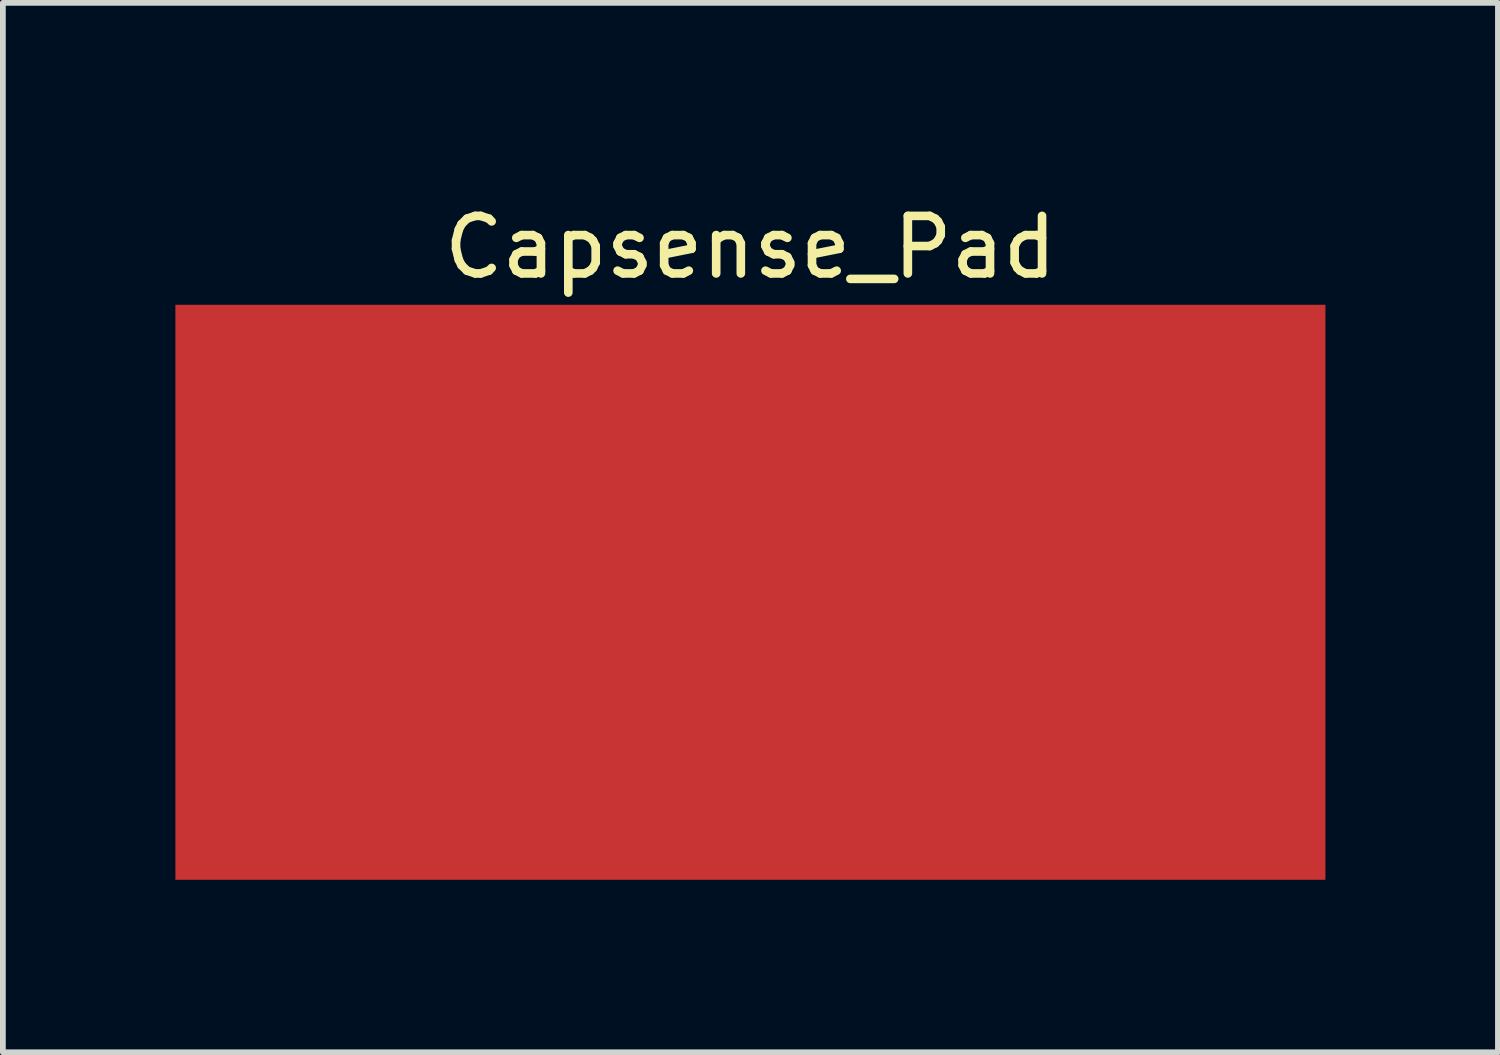
<source format=kicad_pcb>
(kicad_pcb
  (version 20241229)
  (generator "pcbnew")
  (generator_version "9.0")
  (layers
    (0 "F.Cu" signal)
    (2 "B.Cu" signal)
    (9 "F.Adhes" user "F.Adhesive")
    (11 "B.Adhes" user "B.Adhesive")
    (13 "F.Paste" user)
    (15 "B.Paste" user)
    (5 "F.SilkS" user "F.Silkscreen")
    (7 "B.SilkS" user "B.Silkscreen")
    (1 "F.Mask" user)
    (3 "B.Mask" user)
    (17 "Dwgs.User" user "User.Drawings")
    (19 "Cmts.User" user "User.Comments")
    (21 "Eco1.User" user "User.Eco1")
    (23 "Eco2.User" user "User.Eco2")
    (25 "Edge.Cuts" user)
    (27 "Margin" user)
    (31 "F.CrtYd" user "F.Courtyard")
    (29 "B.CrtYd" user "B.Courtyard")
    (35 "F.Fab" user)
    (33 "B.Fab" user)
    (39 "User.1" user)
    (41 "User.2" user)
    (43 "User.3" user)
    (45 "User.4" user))
  (footprint "Capsense_Pad"
    (layer "F.Cu")
    (at 10 0.25)
    (property "Reference" "Capsense_Pad" (at 0 1 0) (layer "F.SilkS") (effects (font (size 1 1) (thickness 0.15))))
    (attr through_hole)
    (pad "1" smd rect (at 0 7) (size 20 10) (layers "F.Cu" "F.Mask" "F.Paste")))
  (gr_rect
    (start -3 -3)
    (end 23 15.25)
    (stroke (width 0.1) (type default))
    (fill no)
    (layer "Edge.Cuts")))
</source>
